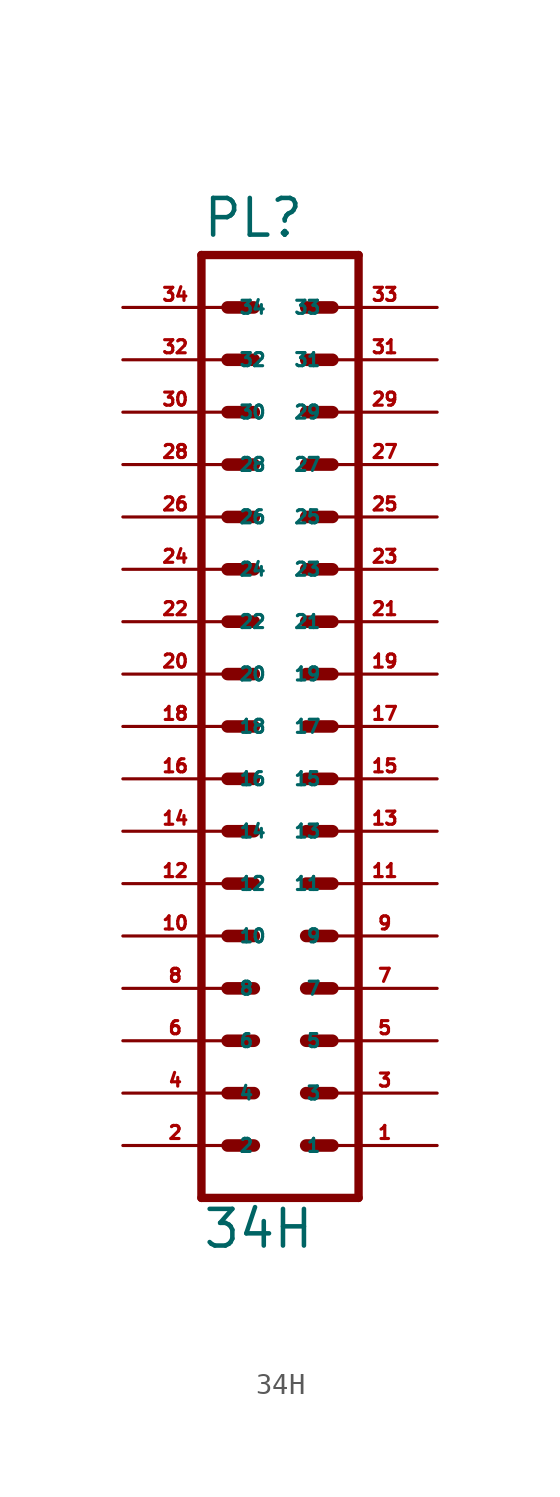
<source format=kicad_sym>
(kicad_symbol_lib
  (version 20220914)
  (generator Eagle2Kicad)
  (symbol "34H"
    (property "Reference" "PL"
      (at -3.81 23.622 0)
      (effects (font (size 1.778 1.778) (thickness 0.22)) (justify left bottom)))
    (property "Value" "34H"
      (at -3.81 -25.4 0)
      (effects (font (size 1.778 1.778) (thickness 0.22)) (justify left bottom)))
    (polyline
      (pts (xy 3.81 -22.86) (xy -3.81 -22.86))
      (stroke (width 0.406) (type default))
      (fill (type none)))
    (polyline
      (pts (xy -3.81 22.86) (xy -3.81 -22.86))
      (stroke (width 0.406) (type default))
      (fill (type none)))
    (polyline
      (pts (xy -3.81 22.86) (xy 3.81 22.86))
      (stroke (width 0.406) (type default))
      (fill (type none)))
    (polyline
      (pts (xy 3.81 -22.86) (xy 3.81 22.86))
      (stroke (width 0.406) (type default))
      (fill (type none)))
    (polyline
      (pts (xy 1.27 2.54) (xy 2.54 2.54))
      (stroke (width 0.61) (type default))
      (fill (type none)))
    (polyline
      (pts (xy 1.27 0) (xy 2.54 0))
      (stroke (width 0.61) (type default))
      (fill (type none)))
    (polyline
      (pts (xy 1.27 -2.54) (xy 2.54 -2.54))
      (stroke (width 0.61) (type default))
      (fill (type none)))
    (polyline
      (pts (xy 1.27 -5.08) (xy 2.54 -5.08))
      (stroke (width 0.61) (type default))
      (fill (type none)))
    (polyline
      (pts (xy 1.27 -7.62) (xy 2.54 -7.62))
      (stroke (width 0.61) (type default))
      (fill (type none)))
    (polyline
      (pts (xy 1.27 -10.16) (xy 2.54 -10.16))
      (stroke (width 0.61) (type default))
      (fill (type none)))
    (polyline
      (pts (xy 1.27 -12.7) (xy 2.54 -12.7))
      (stroke (width 0.61) (type default))
      (fill (type none)))
    (polyline
      (pts (xy 1.27 -15.24) (xy 2.54 -15.24))
      (stroke (width 0.61) (type default))
      (fill (type none)))
    (polyline
      (pts (xy 1.27 -17.78) (xy 2.54 -17.78))
      (stroke (width 0.61) (type default))
      (fill (type none)))
    (polyline
      (pts (xy 1.27 -20.32) (xy 2.54 -20.32))
      (stroke (width 0.61) (type default))
      (fill (type none)))
    (polyline
      (pts (xy -2.54 2.54) (xy -1.27 2.54))
      (stroke (width 0.61) (type default))
      (fill (type none)))
    (polyline
      (pts (xy -2.54 0) (xy -1.27 0))
      (stroke (width 0.61) (type default))
      (fill (type none)))
    (polyline
      (pts (xy -2.54 -2.54) (xy -1.27 -2.54))
      (stroke (width 0.61) (type default))
      (fill (type none)))
    (polyline
      (pts (xy -2.54 -5.08) (xy -1.27 -5.08))
      (stroke (width 0.61) (type default))
      (fill (type none)))
    (polyline
      (pts (xy -2.54 -7.62) (xy -1.27 -7.62))
      (stroke (width 0.61) (type default))
      (fill (type none)))
    (polyline
      (pts (xy -2.54 -10.16) (xy -1.27 -10.16))
      (stroke (width 0.61) (type default))
      (fill (type none)))
    (polyline
      (pts (xy -2.54 -12.7) (xy -1.27 -12.7))
      (stroke (width 0.61) (type default))
      (fill (type none)))
    (polyline
      (pts (xy -2.54 -15.24) (xy -1.27 -15.24))
      (stroke (width 0.61) (type default))
      (fill (type none)))
    (polyline
      (pts (xy -2.54 -17.78) (xy -1.27 -17.78))
      (stroke (width 0.61) (type default))
      (fill (type none)))
    (polyline
      (pts (xy -2.54 -20.32) (xy -1.27 -20.32))
      (stroke (width 0.61) (type default))
      (fill (type none)))
    (polyline
      (pts (xy 1.27 5.08) (xy 2.54 5.08))
      (stroke (width 0.61) (type default))
      (fill (type none)))
    (polyline
      (pts (xy 1.27 7.62) (xy 2.54 7.62))
      (stroke (width 0.61) (type default))
      (fill (type none)))
    (polyline
      (pts (xy 1.27 10.16) (xy 2.54 10.16))
      (stroke (width 0.61) (type default))
      (fill (type none)))
    (polyline
      (pts (xy 1.27 12.7) (xy 2.54 12.7))
      (stroke (width 0.61) (type default))
      (fill (type none)))
    (polyline
      (pts (xy 1.27 15.24) (xy 2.54 15.24))
      (stroke (width 0.61) (type default))
      (fill (type none)))
    (polyline
      (pts (xy 1.27 17.78) (xy 2.54 17.78))
      (stroke (width 0.61) (type default))
      (fill (type none)))
    (polyline
      (pts (xy 1.27 20.32) (xy 2.54 20.32))
      (stroke (width 0.61) (type default))
      (fill (type none)))
    (polyline
      (pts (xy -2.54 5.08) (xy -1.27 5.08))
      (stroke (width 0.61) (type default))
      (fill (type none)))
    (polyline
      (pts (xy -2.54 7.62) (xy -1.27 7.62))
      (stroke (width 0.61) (type default))
      (fill (type none)))
    (polyline
      (pts (xy -2.54 10.16) (xy -1.27 10.16))
      (stroke (width 0.61) (type default))
      (fill (type none)))
    (polyline
      (pts (xy -2.54 12.7) (xy -1.27 12.7))
      (stroke (width 0.61) (type default))
      (fill (type none)))
    (polyline
      (pts (xy -2.54 15.24) (xy -1.27 15.24))
      (stroke (width 0.61) (type default))
      (fill (type none)))
    (polyline
      (pts (xy -2.54 17.78) (xy -1.27 17.78))
      (stroke (width 0.61) (type default))
      (fill (type none)))
    (polyline
      (pts (xy -2.54 20.32) (xy -1.27 20.32))
      (stroke (width 0.61) (type default))
      (fill (type none)))
    (pin passive line
      (at 7.62 -20.32 180)
      (length 5.08)
      (name "1" (effects (font (size 0.635 0.635) (thickness 0.08)) (justify left bottom)))
      (number "1" (effects (font (size 0.635 0.635) (thickness 0.08)) (justify left bottom))))
    (pin passive line
      (at -7.62 -20.32 0)
      (length 5.08)
      (name "2" (effects (font (size 0.635 0.635) (thickness 0.08)) (justify left bottom)))
      (number "2" (effects (font (size 0.635 0.635) (thickness 0.08)) (justify left bottom))))
    (pin passive line
      (at 7.62 -17.78 180)
      (length 5.08)
      (name "3" (effects (font (size 0.635 0.635) (thickness 0.08)) (justify left bottom)))
      (number "3" (effects (font (size 0.635 0.635) (thickness 0.08)) (justify left bottom))))
    (pin passive line
      (at -7.62 -17.78 0)
      (length 5.08)
      (name "4" (effects (font (size 0.635 0.635) (thickness 0.08)) (justify left bottom)))
      (number "4" (effects (font (size 0.635 0.635) (thickness 0.08)) (justify left bottom))))
    (pin passive line
      (at 7.62 -15.24 180)
      (length 5.08)
      (name "5" (effects (font (size 0.635 0.635) (thickness 0.08)) (justify left bottom)))
      (number "5" (effects (font (size 0.635 0.635) (thickness 0.08)) (justify left bottom))))
    (pin passive line
      (at -7.62 -15.24 0)
      (length 5.08)
      (name "6" (effects (font (size 0.635 0.635) (thickness 0.08)) (justify left bottom)))
      (number "6" (effects (font (size 0.635 0.635) (thickness 0.08)) (justify left bottom))))
    (pin passive line
      (at 7.62 -12.7 180)
      (length 5.08)
      (name "7" (effects (font (size 0.635 0.635) (thickness 0.08)) (justify left bottom)))
      (number "7" (effects (font (size 0.635 0.635) (thickness 0.08)) (justify left bottom))))
    (pin passive line
      (at -7.62 -12.7 0)
      (length 5.08)
      (name "8" (effects (font (size 0.635 0.635) (thickness 0.08)) (justify left bottom)))
      (number "8" (effects (font (size 0.635 0.635) (thickness 0.08)) (justify left bottom))))
    (pin passive line
      (at 7.62 -10.16 180)
      (length 5.08)
      (name "9" (effects (font (size 0.635 0.635) (thickness 0.08)) (justify left bottom)))
      (number "9" (effects (font (size 0.635 0.635) (thickness 0.08)) (justify left bottom))))
    (pin passive line
      (at -7.62 -10.16 0)
      (length 5.08)
      (name "10" (effects (font (size 0.635 0.635) (thickness 0.08)) (justify left bottom)))
      (number "10" (effects (font (size 0.635 0.635) (thickness 0.08)) (justify left bottom))))
    (pin passive line
      (at -7.62 0 0)
      (length 5.08)
      (name "18" (effects (font (size 0.635 0.635) (thickness 0.08)) (justify left bottom)))
      (number "18" (effects (font (size 0.635 0.635) (thickness 0.08)) (justify left bottom))))
    (pin passive line
      (at 7.62 2.54 180)
      (length 5.08)
      (name "19" (effects (font (size 0.635 0.635) (thickness 0.08)) (justify left bottom)))
      (number "19" (effects (font (size 0.635 0.635) (thickness 0.08)) (justify left bottom))))
    (pin passive line
      (at -7.62 2.54 0)
      (length 5.08)
      (name "20" (effects (font (size 0.635 0.635) (thickness 0.08)) (justify left bottom)))
      (number "20" (effects (font (size 0.635 0.635) (thickness 0.08)) (justify left bottom))))
    (pin passive line
      (at 7.62 5.08 180)
      (length 5.08)
      (name "21" (effects (font (size 0.635 0.635) (thickness 0.08)) (justify left bottom)))
      (number "21" (effects (font (size 0.635 0.635) (thickness 0.08)) (justify left bottom))))
    (pin passive line
      (at -7.62 5.08 0)
      (length 5.08)
      (name "22" (effects (font (size 0.635 0.635) (thickness 0.08)) (justify left bottom)))
      (number "22" (effects (font (size 0.635 0.635) (thickness 0.08)) (justify left bottom))))
    (pin passive line
      (at 7.62 7.62 180)
      (length 5.08)
      (name "23" (effects (font (size 0.635 0.635) (thickness 0.08)) (justify left bottom)))
      (number "23" (effects (font (size 0.635 0.635) (thickness 0.08)) (justify left bottom))))
    (pin passive line
      (at -7.62 7.62 0)
      (length 5.08)
      (name "24" (effects (font (size 0.635 0.635) (thickness 0.08)) (justify left bottom)))
      (number "24" (effects (font (size 0.635 0.635) (thickness 0.08)) (justify left bottom))))
    (pin passive line
      (at 7.62 10.16 180)
      (length 5.08)
      (name "25" (effects (font (size 0.635 0.635) (thickness 0.08)) (justify left bottom)))
      (number "25" (effects (font (size 0.635 0.635) (thickness 0.08)) (justify left bottom))))
    (pin passive line
      (at -7.62 10.16 0)
      (length 5.08)
      (name "26" (effects (font (size 0.635 0.635) (thickness 0.08)) (justify left bottom)))
      (number "26" (effects (font (size 0.635 0.635) (thickness 0.08)) (justify left bottom))))
    (pin passive line
      (at 7.62 12.7 180)
      (length 5.08)
      (name "27" (effects (font (size 0.635 0.635) (thickness 0.08)) (justify left bottom)))
      (number "27" (effects (font (size 0.635 0.635) (thickness 0.08)) (justify left bottom))))
    (pin passive line
      (at 7.62 -7.62 180)
      (length 5.08)
      (name "11" (effects (font (size 0.635 0.635) (thickness 0.08)) (justify left bottom)))
      (number "11" (effects (font (size 0.635 0.635) (thickness 0.08)) (justify left bottom))))
    (pin passive line
      (at -7.62 -7.62 0)
      (length 5.08)
      (name "12" (effects (font (size 0.635 0.635) (thickness 0.08)) (justify left bottom)))
      (number "12" (effects (font (size 0.635 0.635) (thickness 0.08)) (justify left bottom))))
    (pin passive line
      (at 7.62 -5.08 180)
      (length 5.08)
      (name "13" (effects (font (size 0.635 0.635) (thickness 0.08)) (justify left bottom)))
      (number "13" (effects (font (size 0.635 0.635) (thickness 0.08)) (justify left bottom))))
    (pin passive line
      (at -7.62 -5.08 0)
      (length 5.08)
      (name "14" (effects (font (size 0.635 0.635) (thickness 0.08)) (justify left bottom)))
      (number "14" (effects (font (size 0.635 0.635) (thickness 0.08)) (justify left bottom))))
    (pin passive line
      (at 7.62 -2.54 180)
      (length 5.08)
      (name "15" (effects (font (size 0.635 0.635) (thickness 0.08)) (justify left bottom)))
      (number "15" (effects (font (size 0.635 0.635) (thickness 0.08)) (justify left bottom))))
    (pin passive line
      (at -7.62 -2.54 0)
      (length 5.08)
      (name "16" (effects (font (size 0.635 0.635) (thickness 0.08)) (justify left bottom)))
      (number "16" (effects (font (size 0.635 0.635) (thickness 0.08)) (justify left bottom))))
    (pin passive line
      (at 7.62 0 180)
      (length 5.08)
      (name "17" (effects (font (size 0.635 0.635) (thickness 0.08)) (justify left bottom)))
      (number "17" (effects (font (size 0.635 0.635) (thickness 0.08)) (justify left bottom))))
    (pin passive line
      (at -7.62 12.7 0)
      (length 5.08)
      (name "28" (effects (font (size 0.635 0.635) (thickness 0.08)) (justify left bottom)))
      (number "28" (effects (font (size 0.635 0.635) (thickness 0.08)) (justify left bottom))))
    (pin passive line
      (at 7.62 15.24 180)
      (length 5.08)
      (name "29" (effects (font (size 0.635 0.635) (thickness 0.08)) (justify left bottom)))
      (number "29" (effects (font (size 0.635 0.635) (thickness 0.08)) (justify left bottom))))
    (pin passive line
      (at -7.62 15.24 0)
      (length 5.08)
      (name "30" (effects (font (size 0.635 0.635) (thickness 0.08)) (justify left bottom)))
      (number "30" (effects (font (size 0.635 0.635) (thickness 0.08)) (justify left bottom))))
    (pin passive line
      (at 7.62 17.78 180)
      (length 5.08)
      (name "31" (effects (font (size 0.635 0.635) (thickness 0.08)) (justify left bottom)))
      (number "31" (effects (font (size 0.635 0.635) (thickness 0.08)) (justify left bottom))))
    (pin passive line
      (at -7.62 17.78 0)
      (length 5.08)
      (name "32" (effects (font (size 0.635 0.635) (thickness 0.08)) (justify left bottom)))
      (number "32" (effects (font (size 0.635 0.635) (thickness 0.08)) (justify left bottom))))
    (pin passive line
      (at 7.62 20.32 180)
      (length 5.08)
      (name "33" (effects (font (size 0.635 0.635) (thickness 0.08)) (justify left bottom)))
      (number "33" (effects (font (size 0.635 0.635) (thickness 0.08)) (justify left bottom))))
    (pin passive line
      (at -7.62 20.32 0)
      (length 5.08)
      (name "34" (effects (font (size 0.635 0.635) (thickness 0.08)) (justify left bottom)))
      (number "34" (effects (font (size 0.635 0.635) (thickness 0.08)) (justify left bottom))))))
</source>
